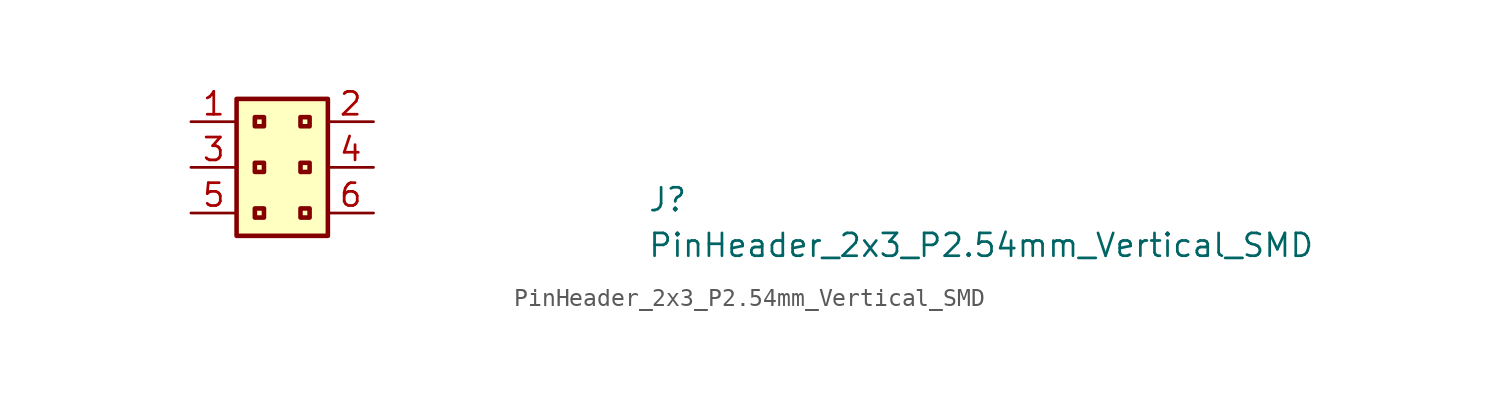
<source format=kicad_sym>
(kicad_symbol_lib
  (version 20211014)
  (generator kicad_symbol_editor)
  (symbol "PinHeader_2x3_P2.54mm_Vertical_SMD"
    (property "Reference" "J"
      (at 25.4 -5.08 0)
      (effects (font (size 1.27 1.27) (thickness 0.15)) (justify left bottom)))
    (property "Value" "PinHeader_2x3_P2.54mm_Vertical_SMD"
      (at 25.4 -7.62 0)
      (effects (font (size 1.27 1.27) (thickness 0.15)) (justify left bottom)))
    (symbol "PinHeader_2x3_P2.54mm_Vertical_SMD_1_1"
      (rectangle (start 2.54 1.27) (end 7.62 -6.35) (stroke (width 0.254) (type default) (color 0 0 0 0)) (fill (type background)))
      (rectangle (start 3.556 -4.826) (end 4.064 -5.334) (stroke (width 0.254) (type default) (color 0 0 0 0)) (fill (type background)))
      (rectangle (start 3.556 -2.286) (end 4.064 -2.794) (stroke (width 0.254) (type default) (color 0 0 0 0)) (fill (type background)))
      (rectangle (start 3.556 0.254) (end 4.064 -0.254) (stroke (width 0.254) (type default) (color 0 0 0 0)) (fill (type background)))
      (rectangle (start 6.096 -4.826) (end 6.604 -5.334) (stroke (width 0.254) (type default) (color 0 0 0 0)) (fill (type background)))
      (rectangle (start 6.096 -2.286) (end 6.604 -2.794) (stroke (width 0.254) (type default) (color 0 0 0 0)) (fill (type background)))
      (rectangle (start 6.096 0.254) (end 6.604 -0.254) (stroke (width 0.254) (type default) (color 0 0 0 0)) (fill (type background)))
      (pin passive line (at 0 0 0) (length 2.54) (name "~" (effects (font (size 1.27 1.27)))) (number "1" (effects (font (size 1.27 1.27)))))
      (pin passive line (at 10.16 0 180) (length 2.54) (name "~" (effects (font (size 1.27 1.27)))) (number "2" (effects (font (size 1.27 1.27)))))
      (pin passive line (at 0 -2.54 0) (length 2.54) (name "~" (effects (font (size 1.27 1.27)))) (number "3" (effects (font (size 1.27 1.27)))))
      (pin passive line (at 10.16 -2.54 180) (length 2.54) (name "~" (effects (font (size 1.27 1.27)))) (number "4" (effects (font (size 1.27 1.27)))))
      (pin passive line (at 0 -5.08 0) (length 2.54) (name "~" (effects (font (size 1.27 1.27)))) (number "5" (effects (font (size 1.27 1.27)))))
      (pin passive line (at 10.16 -5.08 180) (length 2.54) (name "~" (effects (font (size 1.27 1.27)))) (number "6" (effects (font (size 1.27 1.27))))))))
</source>
